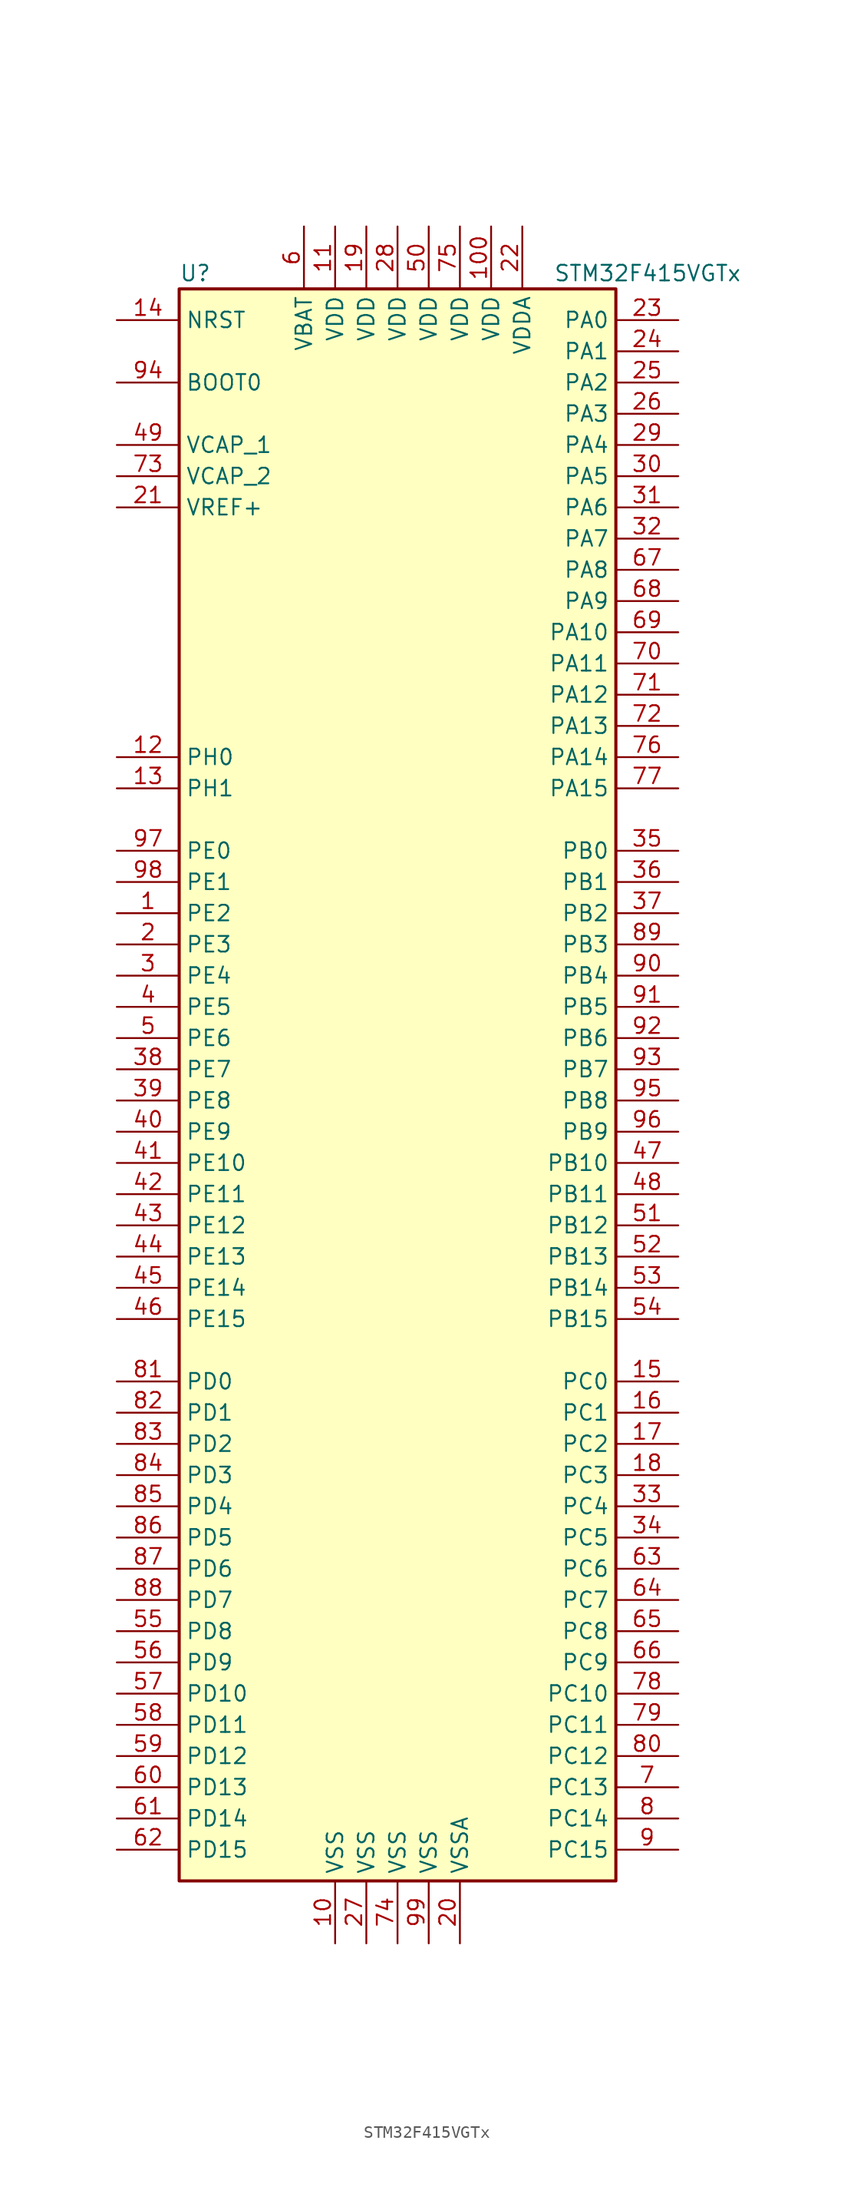
<source format=kicad_sym>
(kicad_symbol_lib
  (version 20211014)
  (generator kicad_symbol_editor)
  (symbol "STM32F415VGTx"
    (property "Reference" "U"
      (at -17.78 64.77 0)
      (effects (font (size 1.27 1.27)) (justify left)))
    (property "Value" "STM32F415VGTx"
      (at 12.7 64.77 0)
      (effects (font (size 1.27 1.27)) (justify left)))
    (symbol "STM32F415VGTx_0_1"
      (rectangle (start -17.78 -66.04) (end 17.78 63.5) (stroke (width 0.254) (type default) (color 0 0 0 0)) (fill (type background))))
    (symbol "STM32F415VGTx_1_1"
      (pin bidirectional line (at -22.86 12.7 0) (length 5.08) (name "PE2" (effects (font (size 1.27 1.27)))) (number "1" (effects (font (size 1.27 1.27)))))
      (pin power_in line (at -5.08 -71.12 90) (length 5.08) (name "VSS" (effects (font (size 1.27 1.27)))) (number "10" (effects (font (size 1.27 1.27)))))
      (pin power_in line (at 7.62 68.58 270) (length 5.08) (name "VDD" (effects (font (size 1.27 1.27)))) (number "100" (effects (font (size 1.27 1.27)))))
      (pin power_in line (at -5.08 68.58 270) (length 5.08) (name "VDD" (effects (font (size 1.27 1.27)))) (number "11" (effects (font (size 1.27 1.27)))))
      (pin input line (at -22.86 25.4 0) (length 5.08) (name "PH0" (effects (font (size 1.27 1.27)))) (number "12" (effects (font (size 1.27 1.27)))))
      (pin input line (at -22.86 22.86 0) (length 5.08) (name "PH1" (effects (font (size 1.27 1.27)))) (number "13" (effects (font (size 1.27 1.27)))))
      (pin input line (at -22.86 60.96 0) (length 5.08) (name "NRST" (effects (font (size 1.27 1.27)))) (number "14" (effects (font (size 1.27 1.27)))))
      (pin bidirectional line (at 22.86 -25.4 180) (length 5.08) (name "PC0" (effects (font (size 1.27 1.27)))) (number "15" (effects (font (size 1.27 1.27)))))
      (pin bidirectional line (at 22.86 -27.94 180) (length 5.08) (name "PC1" (effects (font (size 1.27 1.27)))) (number "16" (effects (font (size 1.27 1.27)))))
      (pin bidirectional line (at 22.86 -30.48 180) (length 5.08) (name "PC2" (effects (font (size 1.27 1.27)))) (number "17" (effects (font (size 1.27 1.27)))))
      (pin bidirectional line (at 22.86 -33.02 180) (length 5.08) (name "PC3" (effects (font (size 1.27 1.27)))) (number "18" (effects (font (size 1.27 1.27)))))
      (pin power_in line (at -2.54 68.58 270) (length 5.08) (name "VDD" (effects (font (size 1.27 1.27)))) (number "19" (effects (font (size 1.27 1.27)))))
      (pin bidirectional line (at -22.86 10.16 0) (length 5.08) (name "PE3" (effects (font (size 1.27 1.27)))) (number "2" (effects (font (size 1.27 1.27)))))
      (pin power_in line (at 5.08 -71.12 90) (length 5.08) (name "VSSA" (effects (font (size 1.27 1.27)))) (number "20" (effects (font (size 1.27 1.27)))))
      (pin power_in line (at -22.86 45.72 0) (length 5.08) (name "VREF+" (effects (font (size 1.27 1.27)))) (number "21" (effects (font (size 1.27 1.27)))))
      (pin power_in line (at 10.16 68.58 270) (length 5.08) (name "VDDA" (effects (font (size 1.27 1.27)))) (number "22" (effects (font (size 1.27 1.27)))))
      (pin bidirectional line (at 22.86 60.96 180) (length 5.08) (name "PA0" (effects (font (size 1.27 1.27)))) (number "23" (effects (font (size 1.27 1.27)))))
      (pin bidirectional line (at 22.86 58.42 180) (length 5.08) (name "PA1" (effects (font (size 1.27 1.27)))) (number "24" (effects (font (size 1.27 1.27)))))
      (pin bidirectional line (at 22.86 55.88 180) (length 5.08) (name "PA2" (effects (font (size 1.27 1.27)))) (number "25" (effects (font (size 1.27 1.27)))))
      (pin bidirectional line (at 22.86 53.34 180) (length 5.08) (name "PA3" (effects (font (size 1.27 1.27)))) (number "26" (effects (font (size 1.27 1.27)))))
      (pin power_in line (at -2.54 -71.12 90) (length 5.08) (name "VSS" (effects (font (size 1.27 1.27)))) (number "27" (effects (font (size 1.27 1.27)))))
      (pin power_in line (at 0 68.58 270) (length 5.08) (name "VDD" (effects (font (size 1.27 1.27)))) (number "28" (effects (font (size 1.27 1.27)))))
      (pin bidirectional line (at 22.86 50.8 180) (length 5.08) (name "PA4" (effects (font (size 1.27 1.27)))) (number "29" (effects (font (size 1.27 1.27)))))
      (pin bidirectional line (at -22.86 7.62 0) (length 5.08) (name "PE4" (effects (font (size 1.27 1.27)))) (number "3" (effects (font (size 1.27 1.27)))))
      (pin bidirectional line (at 22.86 48.26 180) (length 5.08) (name "PA5" (effects (font (size 1.27 1.27)))) (number "30" (effects (font (size 1.27 1.27)))))
      (pin bidirectional line (at 22.86 45.72 180) (length 5.08) (name "PA6" (effects (font (size 1.27 1.27)))) (number "31" (effects (font (size 1.27 1.27)))))
      (pin bidirectional line (at 22.86 43.18 180) (length 5.08) (name "PA7" (effects (font (size 1.27 1.27)))) (number "32" (effects (font (size 1.27 1.27)))))
      (pin bidirectional line (at 22.86 -35.56 180) (length 5.08) (name "PC4" (effects (font (size 1.27 1.27)))) (number "33" (effects (font (size 1.27 1.27)))))
      (pin bidirectional line (at 22.86 -38.1 180) (length 5.08) (name "PC5" (effects (font (size 1.27 1.27)))) (number "34" (effects (font (size 1.27 1.27)))))
      (pin bidirectional line (at 22.86 17.78 180) (length 5.08) (name "PB0" (effects (font (size 1.27 1.27)))) (number "35" (effects (font (size 1.27 1.27)))))
      (pin bidirectional line (at 22.86 15.24 180) (length 5.08) (name "PB1" (effects (font (size 1.27 1.27)))) (number "36" (effects (font (size 1.27 1.27)))))
      (pin bidirectional line (at 22.86 12.7 180) (length 5.08) (name "PB2" (effects (font (size 1.27 1.27)))) (number "37" (effects (font (size 1.27 1.27)))))
      (pin bidirectional line (at -22.86 0 0) (length 5.08) (name "PE7" (effects (font (size 1.27 1.27)))) (number "38" (effects (font (size 1.27 1.27)))))
      (pin bidirectional line (at -22.86 -2.54 0) (length 5.08) (name "PE8" (effects (font (size 1.27 1.27)))) (number "39" (effects (font (size 1.27 1.27)))))
      (pin bidirectional line (at -22.86 5.08 0) (length 5.08) (name "PE5" (effects (font (size 1.27 1.27)))) (number "4" (effects (font (size 1.27 1.27)))))
      (pin bidirectional line (at -22.86 -5.08 0) (length 5.08) (name "PE9" (effects (font (size 1.27 1.27)))) (number "40" (effects (font (size 1.27 1.27)))))
      (pin bidirectional line (at -22.86 -7.62 0) (length 5.08) (name "PE10" (effects (font (size 1.27 1.27)))) (number "41" (effects (font (size 1.27 1.27)))))
      (pin bidirectional line (at -22.86 -10.16 0) (length 5.08) (name "PE11" (effects (font (size 1.27 1.27)))) (number "42" (effects (font (size 1.27 1.27)))))
      (pin bidirectional line (at -22.86 -12.7 0) (length 5.08) (name "PE12" (effects (font (size 1.27 1.27)))) (number "43" (effects (font (size 1.27 1.27)))))
      (pin bidirectional line (at -22.86 -15.24 0) (length 5.08) (name "PE13" (effects (font (size 1.27 1.27)))) (number "44" (effects (font (size 1.27 1.27)))))
      (pin bidirectional line (at -22.86 -17.78 0) (length 5.08) (name "PE14" (effects (font (size 1.27 1.27)))) (number "45" (effects (font (size 1.27 1.27)))))
      (pin bidirectional line (at -22.86 -20.32 0) (length 5.08) (name "PE15" (effects (font (size 1.27 1.27)))) (number "46" (effects (font (size 1.27 1.27)))))
      (pin bidirectional line (at 22.86 -7.62 180) (length 5.08) (name "PB10" (effects (font (size 1.27 1.27)))) (number "47" (effects (font (size 1.27 1.27)))))
      (pin bidirectional line (at 22.86 -10.16 180) (length 5.08) (name "PB11" (effects (font (size 1.27 1.27)))) (number "48" (effects (font (size 1.27 1.27)))))
      (pin power_in line (at -22.86 50.8 0) (length 5.08) (name "VCAP_1" (effects (font (size 1.27 1.27)))) (number "49" (effects (font (size 1.27 1.27)))))
      (pin bidirectional line (at -22.86 2.54 0) (length 5.08) (name "PE6" (effects (font (size 1.27 1.27)))) (number "5" (effects (font (size 1.27 1.27)))))
      (pin power_in line (at 2.54 68.58 270) (length 5.08) (name "VDD" (effects (font (size 1.27 1.27)))) (number "50" (effects (font (size 1.27 1.27)))))
      (pin bidirectional line (at 22.86 -12.7 180) (length 5.08) (name "PB12" (effects (font (size 1.27 1.27)))) (number "51" (effects (font (size 1.27 1.27)))))
      (pin bidirectional line (at 22.86 -15.24 180) (length 5.08) (name "PB13" (effects (font (size 1.27 1.27)))) (number "52" (effects (font (size 1.27 1.27)))))
      (pin bidirectional line (at 22.86 -17.78 180) (length 5.08) (name "PB14" (effects (font (size 1.27 1.27)))) (number "53" (effects (font (size 1.27 1.27)))))
      (pin bidirectional line (at 22.86 -20.32 180) (length 5.08) (name "PB15" (effects (font (size 1.27 1.27)))) (number "54" (effects (font (size 1.27 1.27)))))
      (pin bidirectional line (at -22.86 -45.72 0) (length 5.08) (name "PD8" (effects (font (size 1.27 1.27)))) (number "55" (effects (font (size 1.27 1.27)))))
      (pin bidirectional line (at -22.86 -48.26 0) (length 5.08) (name "PD9" (effects (font (size 1.27 1.27)))) (number "56" (effects (font (size 1.27 1.27)))))
      (pin bidirectional line (at -22.86 -50.8 0) (length 5.08) (name "PD10" (effects (font (size 1.27 1.27)))) (number "57" (effects (font (size 1.27 1.27)))))
      (pin bidirectional line (at -22.86 -53.34 0) (length 5.08) (name "PD11" (effects (font (size 1.27 1.27)))) (number "58" (effects (font (size 1.27 1.27)))))
      (pin bidirectional line (at -22.86 -55.88 0) (length 5.08) (name "PD12" (effects (font (size 1.27 1.27)))) (number "59" (effects (font (size 1.27 1.27)))))
      (pin power_in line (at -7.62 68.58 270) (length 5.08) (name "VBAT" (effects (font (size 1.27 1.27)))) (number "6" (effects (font (size 1.27 1.27)))))
      (pin bidirectional line (at -22.86 -58.42 0) (length 5.08) (name "PD13" (effects (font (size 1.27 1.27)))) (number "60" (effects (font (size 1.27 1.27)))))
      (pin bidirectional line (at -22.86 -60.96 0) (length 5.08) (name "PD14" (effects (font (size 1.27 1.27)))) (number "61" (effects (font (size 1.27 1.27)))))
      (pin bidirectional line (at -22.86 -63.5 0) (length 5.08) (name "PD15" (effects (font (size 1.27 1.27)))) (number "62" (effects (font (size 1.27 1.27)))))
      (pin bidirectional line (at 22.86 -40.64 180) (length 5.08) (name "PC6" (effects (font (size 1.27 1.27)))) (number "63" (effects (font (size 1.27 1.27)))))
      (pin bidirectional line (at 22.86 -43.18 180) (length 5.08) (name "PC7" (effects (font (size 1.27 1.27)))) (number "64" (effects (font (size 1.27 1.27)))))
      (pin bidirectional line (at 22.86 -45.72 180) (length 5.08) (name "PC8" (effects (font (size 1.27 1.27)))) (number "65" (effects (font (size 1.27 1.27)))))
      (pin bidirectional line (at 22.86 -48.26 180) (length 5.08) (name "PC9" (effects (font (size 1.27 1.27)))) (number "66" (effects (font (size 1.27 1.27)))))
      (pin bidirectional line (at 22.86 40.64 180) (length 5.08) (name "PA8" (effects (font (size 1.27 1.27)))) (number "67" (effects (font (size 1.27 1.27)))))
      (pin bidirectional line (at 22.86 38.1 180) (length 5.08) (name "PA9" (effects (font (size 1.27 1.27)))) (number "68" (effects (font (size 1.27 1.27)))))
      (pin bidirectional line (at 22.86 35.56 180) (length 5.08) (name "PA10" (effects (font (size 1.27 1.27)))) (number "69" (effects (font (size 1.27 1.27)))))
      (pin bidirectional line (at 22.86 -58.42 180) (length 5.08) (name "PC13" (effects (font (size 1.27 1.27)))) (number "7" (effects (font (size 1.27 1.27)))))
      (pin bidirectional line (at 22.86 33.02 180) (length 5.08) (name "PA11" (effects (font (size 1.27 1.27)))) (number "70" (effects (font (size 1.27 1.27)))))
      (pin bidirectional line (at 22.86 30.48 180) (length 5.08) (name "PA12" (effects (font (size 1.27 1.27)))) (number "71" (effects (font (size 1.27 1.27)))))
      (pin bidirectional line (at 22.86 27.94 180) (length 5.08) (name "PA13" (effects (font (size 1.27 1.27)))) (number "72" (effects (font (size 1.27 1.27)))))
      (pin power_in line (at -22.86 48.26 0) (length 5.08) (name "VCAP_2" (effects (font (size 1.27 1.27)))) (number "73" (effects (font (size 1.27 1.27)))))
      (pin power_in line (at 0 -71.12 90) (length 5.08) (name "VSS" (effects (font (size 1.27 1.27)))) (number "74" (effects (font (size 1.27 1.27)))))
      (pin power_in line (at 5.08 68.58 270) (length 5.08) (name "VDD" (effects (font (size 1.27 1.27)))) (number "75" (effects (font (size 1.27 1.27)))))
      (pin bidirectional line (at 22.86 25.4 180) (length 5.08) (name "PA14" (effects (font (size 1.27 1.27)))) (number "76" (effects (font (size 1.27 1.27)))))
      (pin bidirectional line (at 22.86 22.86 180) (length 5.08) (name "PA15" (effects (font (size 1.27 1.27)))) (number "77" (effects (font (size 1.27 1.27)))))
      (pin bidirectional line (at 22.86 -50.8 180) (length 5.08) (name "PC10" (effects (font (size 1.27 1.27)))) (number "78" (effects (font (size 1.27 1.27)))))
      (pin bidirectional line (at 22.86 -53.34 180) (length 5.08) (name "PC11" (effects (font (size 1.27 1.27)))) (number "79" (effects (font (size 1.27 1.27)))))
      (pin bidirectional line (at 22.86 -60.96 180) (length 5.08) (name "PC14" (effects (font (size 1.27 1.27)))) (number "8" (effects (font (size 1.27 1.27)))))
      (pin bidirectional line (at 22.86 -55.88 180) (length 5.08) (name "PC12" (effects (font (size 1.27 1.27)))) (number "80" (effects (font (size 1.27 1.27)))))
      (pin bidirectional line (at -22.86 -25.4 0) (length 5.08) (name "PD0" (effects (font (size 1.27 1.27)))) (number "81" (effects (font (size 1.27 1.27)))))
      (pin bidirectional line (at -22.86 -27.94 0) (length 5.08) (name "PD1" (effects (font (size 1.27 1.27)))) (number "82" (effects (font (size 1.27 1.27)))))
      (pin bidirectional line (at -22.86 -30.48 0) (length 5.08) (name "PD2" (effects (font (size 1.27 1.27)))) (number "83" (effects (font (size 1.27 1.27)))))
      (pin bidirectional line (at -22.86 -33.02 0) (length 5.08) (name "PD3" (effects (font (size 1.27 1.27)))) (number "84" (effects (font (size 1.27 1.27)))))
      (pin bidirectional line (at -22.86 -35.56 0) (length 5.08) (name "PD4" (effects (font (size 1.27 1.27)))) (number "85" (effects (font (size 1.27 1.27)))))
      (pin bidirectional line (at -22.86 -38.1 0) (length 5.08) (name "PD5" (effects (font (size 1.27 1.27)))) (number "86" (effects (font (size 1.27 1.27)))))
      (pin bidirectional line (at -22.86 -40.64 0) (length 5.08) (name "PD6" (effects (font (size 1.27 1.27)))) (number "87" (effects (font (size 1.27 1.27)))))
      (pin bidirectional line (at -22.86 -43.18 0) (length 5.08) (name "PD7" (effects (font (size 1.27 1.27)))) (number "88" (effects (font (size 1.27 1.27)))))
      (pin bidirectional line (at 22.86 10.16 180) (length 5.08) (name "PB3" (effects (font (size 1.27 1.27)))) (number "89" (effects (font (size 1.27 1.27)))))
      (pin bidirectional line (at 22.86 -63.5 180) (length 5.08) (name "PC15" (effects (font (size 1.27 1.27)))) (number "9" (effects (font (size 1.27 1.27)))))
      (pin bidirectional line (at 22.86 7.62 180) (length 5.08) (name "PB4" (effects (font (size 1.27 1.27)))) (number "90" (effects (font (size 1.27 1.27)))))
      (pin bidirectional line (at 22.86 5.08 180) (length 5.08) (name "PB5" (effects (font (size 1.27 1.27)))) (number "91" (effects (font (size 1.27 1.27)))))
      (pin bidirectional line (at 22.86 2.54 180) (length 5.08) (name "PB6" (effects (font (size 1.27 1.27)))) (number "92" (effects (font (size 1.27 1.27)))))
      (pin bidirectional line (at 22.86 0 180) (length 5.08) (name "PB7" (effects (font (size 1.27 1.27)))) (number "93" (effects (font (size 1.27 1.27)))))
      (pin input line (at -22.86 55.88 0) (length 5.08) (name "BOOT0" (effects (font (size 1.27 1.27)))) (number "94" (effects (font (size 1.27 1.27)))))
      (pin bidirectional line (at 22.86 -2.54 180) (length 5.08) (name "PB8" (effects (font (size 1.27 1.27)))) (number "95" (effects (font (size 1.27 1.27)))))
      (pin bidirectional line (at 22.86 -5.08 180) (length 5.08) (name "PB9" (effects (font (size 1.27 1.27)))) (number "96" (effects (font (size 1.27 1.27)))))
      (pin bidirectional line (at -22.86 17.78 0) (length 5.08) (name "PE0" (effects (font (size 1.27 1.27)))) (number "97" (effects (font (size 1.27 1.27)))))
      (pin bidirectional line (at -22.86 15.24 0) (length 5.08) (name "PE1" (effects (font (size 1.27 1.27)))) (number "98" (effects (font (size 1.27 1.27)))))
      (pin power_in line (at 2.54 -71.12 90) (length 5.08) (name "VSS" (effects (font (size 1.27 1.27)))) (number "99" (effects (font (size 1.27 1.27))))))))
</source>
